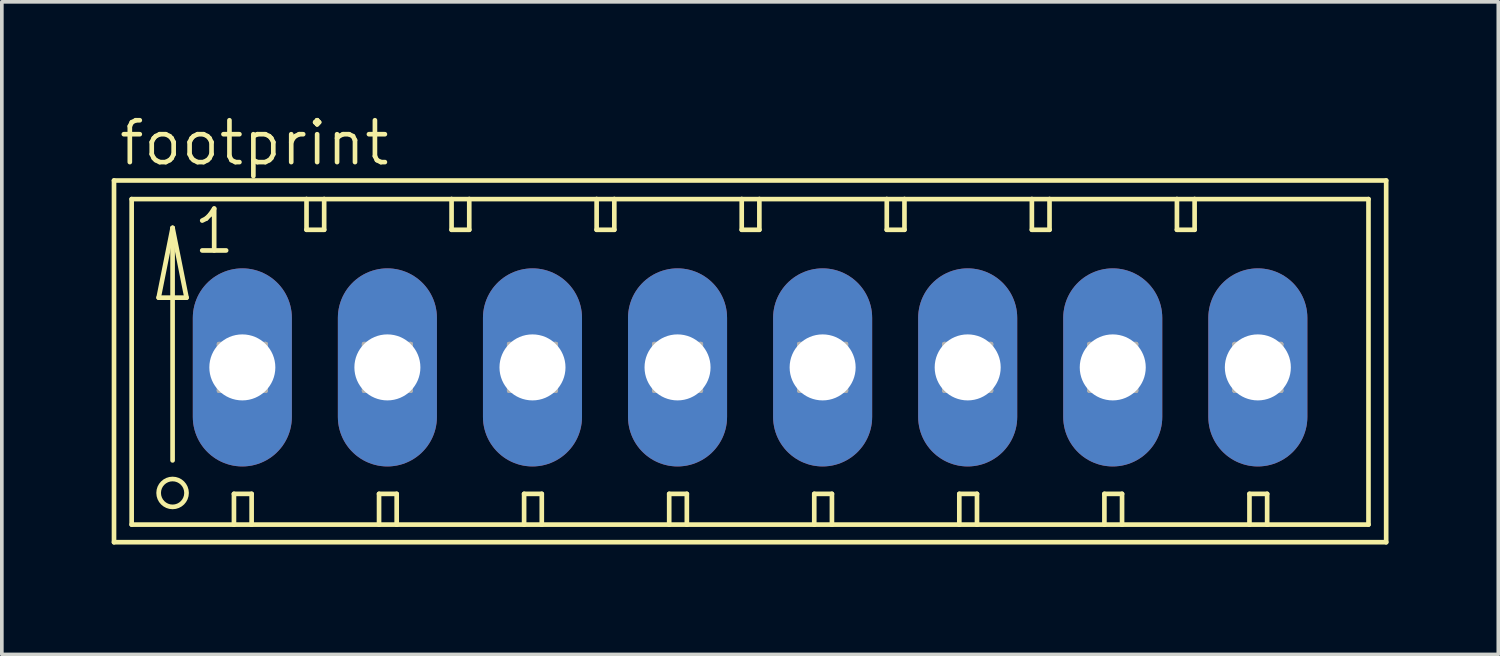
<source format=kicad_pcb>
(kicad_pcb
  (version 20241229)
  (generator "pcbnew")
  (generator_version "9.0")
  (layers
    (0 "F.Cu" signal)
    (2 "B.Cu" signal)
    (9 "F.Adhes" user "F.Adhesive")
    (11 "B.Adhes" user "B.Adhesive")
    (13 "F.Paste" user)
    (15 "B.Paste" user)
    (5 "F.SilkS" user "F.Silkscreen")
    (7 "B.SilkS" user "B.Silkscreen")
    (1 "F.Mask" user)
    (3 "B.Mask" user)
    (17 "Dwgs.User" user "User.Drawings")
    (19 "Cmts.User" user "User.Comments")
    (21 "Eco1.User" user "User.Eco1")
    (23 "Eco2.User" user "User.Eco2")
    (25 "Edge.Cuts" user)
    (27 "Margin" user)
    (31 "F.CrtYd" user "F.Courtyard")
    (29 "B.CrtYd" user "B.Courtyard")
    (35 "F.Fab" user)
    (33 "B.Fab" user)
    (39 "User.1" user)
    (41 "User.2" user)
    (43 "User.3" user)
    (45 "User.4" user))
  (footprint "footprint"
    (layer "F.Cu")
    (at 1.029 6.985)
    (property "Reference" "footprint" (at -0.889 -5.461 0) (layer "F.SilkS") (effects (font (size 1.143 1.143) (thickness 0.127)) (justify left bottom)))
    (fp_line (start -0.965 -5.105) (end -0.965 4.775) (stroke (width 0.127) (type solid)) (layer "F.SilkS"))
    (fp_line (start -0.965 4.775) (end 33.782 4.775) (stroke (width 0.127) (type solid)) (layer "F.SilkS"))
    (fp_line (start -0.483 -4.597) (end -0.483 4.293) (stroke (width 0.127) (type solid)) (layer "F.SilkS"))
    (fp_line (start -0.483 4.293) (end 2.311 4.293) (stroke (width 0.127) (type solid)) (layer "F.SilkS"))
    (fp_line (start 0.254 -1.905) (end 1.016 -1.905) (stroke (width 0.127) (type solid)) (layer "F.SilkS"))
    (fp_line (start 0.635 -3.81) (end 0.254 -1.905) (stroke (width 0.127) (type solid)) (layer "F.SilkS"))
    (fp_line (start 0.635 -3.81) (end 1.016 -1.905) (stroke (width 0.127) (type solid)) (layer "F.SilkS"))
    (fp_line (start 0.635 2.54) (end 0.635 -3.81) (stroke (width 0.127) (type solid)) (layer "F.SilkS"))
    (fp_line (start 2.311 3.454) (end 2.311 4.293) (stroke (width 0.127) (type solid)) (layer "F.SilkS"))
    (fp_line (start 2.311 3.454) (end 2.794 3.454) (stroke (width 0.127) (type solid)) (layer "F.SilkS"))
    (fp_line (start 2.311 4.293) (end 2.794 4.293) (stroke (width 0.127) (type solid)) (layer "F.SilkS"))
    (fp_line (start 2.794 3.454) (end 2.794 4.293) (stroke (width 0.127) (type solid)) (layer "F.SilkS"))
    (fp_line (start 2.794 4.293) (end 6.274 4.293) (stroke (width 0.127) (type solid)) (layer "F.SilkS"))
    (fp_line (start 4.293 -4.597) (end -0.483 -4.597) (stroke (width 0.127) (type solid)) (layer "F.SilkS"))
    (fp_line (start 4.293 -4.597) (end 4.293 -3.759) (stroke (width 0.127) (type solid)) (layer "F.SilkS"))
    (fp_line (start 4.293 -3.759) (end 4.775 -3.759) (stroke (width 0.127) (type solid)) (layer "F.SilkS"))
    (fp_line (start 4.775 -4.597) (end 4.293 -4.597) (stroke (width 0.127) (type solid)) (layer "F.SilkS"))
    (fp_line (start 4.775 -3.759) (end 4.775 -4.597) (stroke (width 0.127) (type solid)) (layer "F.SilkS"))
    (fp_line (start 6.274 3.454) (end 6.274 4.293) (stroke (width 0.127) (type solid)) (layer "F.SilkS"))
    (fp_line (start 6.274 3.454) (end 6.756 3.454) (stroke (width 0.127) (type solid)) (layer "F.SilkS"))
    (fp_line (start 6.274 4.293) (end 6.756 4.293) (stroke (width 0.127) (type solid)) (layer "F.SilkS"))
    (fp_line (start 6.756 3.454) (end 6.756 4.293) (stroke (width 0.127) (type solid)) (layer "F.SilkS"))
    (fp_line (start 6.756 4.293) (end 10.236 4.293) (stroke (width 0.127) (type solid)) (layer "F.SilkS"))
    (fp_line (start 8.255 -4.597) (end 4.775 -4.597) (stroke (width 0.127) (type solid)) (layer "F.SilkS"))
    (fp_line (start 8.255 -3.759) (end 8.255 -4.597) (stroke (width 0.127) (type solid)) (layer "F.SilkS"))
    (fp_line (start 8.255 -3.759) (end 8.738 -3.759) (stroke (width 0.127) (type solid)) (layer "F.SilkS"))
    (fp_line (start 8.738 -4.597) (end 8.255 -4.597) (stroke (width 0.127) (type solid)) (layer "F.SilkS"))
    (fp_line (start 8.738 -3.759) (end 8.738 -4.597) (stroke (width 0.127) (type solid)) (layer "F.SilkS"))
    (fp_line (start 10.236 3.454) (end 10.236 4.293) (stroke (width 0.127) (type solid)) (layer "F.SilkS"))
    (fp_line (start 10.236 3.454) (end 10.719 3.454) (stroke (width 0.127) (type solid)) (layer "F.SilkS"))
    (fp_line (start 10.236 4.293) (end 10.719 4.293) (stroke (width 0.127) (type solid)) (layer "F.SilkS"))
    (fp_line (start 10.719 3.454) (end 10.719 4.293) (stroke (width 0.127) (type solid)) (layer "F.SilkS"))
    (fp_line (start 10.719 4.293) (end 14.199 4.293) (stroke (width 0.127) (type solid)) (layer "F.SilkS"))
    (fp_line (start 12.217 -4.597) (end 8.738 -4.597) (stroke (width 0.127) (type solid)) (layer "F.SilkS"))
    (fp_line (start 12.217 -3.759) (end 12.217 -4.597) (stroke (width 0.127) (type solid)) (layer "F.SilkS"))
    (fp_line (start 12.217 -3.759) (end 12.7 -3.759) (stroke (width 0.127) (type solid)) (layer "F.SilkS"))
    (fp_line (start 12.7 -4.597) (end 12.217 -4.597) (stroke (width 0.127) (type solid)) (layer "F.SilkS"))
    (fp_line (start 12.7 -3.759) (end 12.7 -4.597) (stroke (width 0.127) (type solid)) (layer "F.SilkS"))
    (fp_line (start 14.199 3.454) (end 14.199 4.293) (stroke (width 0.127) (type solid)) (layer "F.SilkS"))
    (fp_line (start 14.199 3.454) (end 14.681 3.454) (stroke (width 0.127) (type solid)) (layer "F.SilkS"))
    (fp_line (start 14.199 4.293) (end 14.681 4.293) (stroke (width 0.127) (type solid)) (layer "F.SilkS"))
    (fp_line (start 14.681 3.454) (end 14.681 4.293) (stroke (width 0.127) (type solid)) (layer "F.SilkS"))
    (fp_line (start 14.681 4.293) (end 18.161 4.293) (stroke (width 0.127) (type solid)) (layer "F.SilkS"))
    (fp_line (start 16.18 -4.597) (end 12.7 -4.597) (stroke (width 0.127) (type solid)) (layer "F.SilkS"))
    (fp_line (start 16.18 -3.759) (end 16.18 -4.597) (stroke (width 0.127) (type solid)) (layer "F.SilkS"))
    (fp_line (start 16.18 -3.759) (end 16.662 -3.759) (stroke (width 0.127) (type solid)) (layer "F.SilkS"))
    (fp_line (start 16.662 -4.597) (end 16.18 -4.597) (stroke (width 0.127) (type solid)) (layer "F.SilkS"))
    (fp_line (start 16.662 -3.759) (end 16.662 -4.597) (stroke (width 0.127) (type solid)) (layer "F.SilkS"))
    (fp_line (start 18.161 3.454) (end 18.161 4.293) (stroke (width 0.127) (type solid)) (layer "F.SilkS"))
    (fp_line (start 18.161 3.454) (end 18.644 3.454) (stroke (width 0.127) (type solid)) (layer "F.SilkS"))
    (fp_line (start 18.161 4.293) (end 18.644 4.293) (stroke (width 0.127) (type solid)) (layer "F.SilkS"))
    (fp_line (start 18.644 3.454) (end 18.644 4.293) (stroke (width 0.127) (type solid)) (layer "F.SilkS"))
    (fp_line (start 18.644 4.293) (end 22.123 4.293) (stroke (width 0.127) (type solid)) (layer "F.SilkS"))
    (fp_line (start 20.142 -4.597) (end 16.662 -4.597) (stroke (width 0.127) (type solid)) (layer "F.SilkS"))
    (fp_line (start 20.142 -3.759) (end 20.142 -4.597) (stroke (width 0.127) (type solid)) (layer "F.SilkS"))
    (fp_line (start 20.142 -3.759) (end 20.625 -3.759) (stroke (width 0.127) (type solid)) (layer "F.SilkS"))
    (fp_line (start 20.625 -4.597) (end 20.142 -4.597) (stroke (width 0.127) (type solid)) (layer "F.SilkS"))
    (fp_line (start 20.625 -3.759) (end 20.625 -4.597) (stroke (width 0.127) (type solid)) (layer "F.SilkS"))
    (fp_line (start 22.123 3.454) (end 22.123 4.293) (stroke (width 0.127) (type solid)) (layer "F.SilkS"))
    (fp_line (start 22.123 3.454) (end 22.606 3.454) (stroke (width 0.127) (type solid)) (layer "F.SilkS"))
    (fp_line (start 22.123 4.293) (end 22.606 4.293) (stroke (width 0.127) (type solid)) (layer "F.SilkS"))
    (fp_line (start 22.606 3.454) (end 22.606 4.293) (stroke (width 0.127) (type solid)) (layer "F.SilkS"))
    (fp_line (start 22.606 4.293) (end 26.086 4.293) (stroke (width 0.127) (type solid)) (layer "F.SilkS"))
    (fp_line (start 24.105 -4.597) (end 20.625 -4.597) (stroke (width 0.127) (type solid)) (layer "F.SilkS"))
    (fp_line (start 24.105 -3.759) (end 24.105 -4.597) (stroke (width 0.127) (type solid)) (layer "F.SilkS"))
    (fp_line (start 24.105 -3.759) (end 24.587 -3.759) (stroke (width 0.127) (type solid)) (layer "F.SilkS"))
    (fp_line (start 24.587 -4.597) (end 24.105 -4.597) (stroke (width 0.127) (type solid)) (layer "F.SilkS"))
    (fp_line (start 24.587 -3.759) (end 24.587 -4.597) (stroke (width 0.127) (type solid)) (layer "F.SilkS"))
    (fp_line (start 26.086 3.454) (end 26.086 4.293) (stroke (width 0.127) (type solid)) (layer "F.SilkS"))
    (fp_line (start 26.086 3.454) (end 26.568 3.454) (stroke (width 0.127) (type solid)) (layer "F.SilkS"))
    (fp_line (start 26.086 4.293) (end 26.568 4.293) (stroke (width 0.127) (type solid)) (layer "F.SilkS"))
    (fp_line (start 26.568 3.454) (end 26.568 4.293) (stroke (width 0.127) (type solid)) (layer "F.SilkS"))
    (fp_line (start 26.568 4.293) (end 30.048 4.293) (stroke (width 0.127) (type solid)) (layer "F.SilkS"))
    (fp_line (start 28.067 -4.597) (end 24.587 -4.597) (stroke (width 0.127) (type solid)) (layer "F.SilkS"))
    (fp_line (start 28.067 -3.759) (end 28.067 -4.597) (stroke (width 0.127) (type solid)) (layer "F.SilkS"))
    (fp_line (start 28.067 -3.759) (end 28.55 -3.759) (stroke (width 0.127) (type solid)) (layer "F.SilkS"))
    (fp_line (start 28.55 -4.597) (end 28.067 -4.597) (stroke (width 0.127) (type solid)) (layer "F.SilkS"))
    (fp_line (start 28.55 -3.759) (end 28.55 -4.597) (stroke (width 0.127) (type solid)) (layer "F.SilkS"))
    (fp_line (start 30.048 3.454) (end 30.048 4.293) (stroke (width 0.127) (type solid)) (layer "F.SilkS"))
    (fp_line (start 30.048 3.454) (end 30.531 3.454) (stroke (width 0.127) (type solid)) (layer "F.SilkS"))
    (fp_line (start 30.048 4.293) (end 30.531 4.293) (stroke (width 0.127) (type solid)) (layer "F.SilkS"))
    (fp_line (start 30.531 3.454) (end 30.531 4.293) (stroke (width 0.127) (type solid)) (layer "F.SilkS"))
    (fp_line (start 30.531 4.293) (end 33.299 4.293) (stroke (width 0.127) (type solid)) (layer "F.SilkS"))
    (fp_line (start 33.299 -4.597) (end 28.55 -4.597) (stroke (width 0.127) (type solid)) (layer "F.SilkS"))
    (fp_line (start 33.299 4.293) (end 33.299 -4.597) (stroke (width 0.127) (type solid)) (layer "F.SilkS"))
    (fp_line (start 33.782 -5.105) (end -0.965 -5.105) (stroke (width 0.127) (type solid)) (layer "F.SilkS"))
    (fp_line (start 33.782 4.775) (end 33.782 -5.105) (stroke (width 0.127) (type solid)) (layer "F.SilkS"))
    (fp_circle (center 0.635 3.429) (end 1.016 3.429) (stroke (width 0.127) (type solid)) (fill no) (layer "F.SilkS"))
    (fp_line (start 1.905 -0.635) (end 1.905 0.635) (stroke (width 0.127) (type solid)) (layer "F.Fab"))
    (fp_line (start 1.905 -0.635) (end 3.175 0.635) (stroke (width 0.127) (type solid)) (layer "F.Fab"))
    (fp_line (start 1.905 0.635) (end 3.175 0.635) (stroke (width 0.127) (type solid)) (layer "F.Fab"))
    (fp_line (start 3.175 -0.635) (end 1.905 -0.635) (stroke (width 0.127) (type solid)) (layer "F.Fab"))
    (fp_line (start 3.175 -0.635) (end 1.905 0.635) (stroke (width 0.127) (type solid)) (layer "F.Fab"))
    (fp_line (start 3.175 0.635) (end 3.175 -0.635) (stroke (width 0.127) (type solid)) (layer "F.Fab"))
    (fp_line (start 5.867 -0.635) (end 5.867 0.635) (stroke (width 0.127) (type solid)) (layer "F.Fab"))
    (fp_line (start 5.867 -0.635) (end 7.137 0.635) (stroke (width 0.127) (type solid)) (layer "F.Fab"))
    (fp_line (start 5.867 0.635) (end 7.137 0.635) (stroke (width 0.127) (type solid)) (layer "F.Fab"))
    (fp_line (start 7.137 -0.635) (end 5.867 -0.635) (stroke (width 0.127) (type solid)) (layer "F.Fab"))
    (fp_line (start 7.137 -0.635) (end 5.867 0.635) (stroke (width 0.127) (type solid)) (layer "F.Fab"))
    (fp_line (start 7.137 0.635) (end 7.137 -0.635) (stroke (width 0.127) (type solid)) (layer "F.Fab"))
    (fp_line (start 9.83 -0.635) (end 9.83 0.635) (stroke (width 0.127) (type solid)) (layer "F.Fab"))
    (fp_line (start 9.83 -0.635) (end 11.1 0.635) (stroke (width 0.127) (type solid)) (layer "F.Fab"))
    (fp_line (start 9.83 0.635) (end 11.1 0.635) (stroke (width 0.127) (type solid)) (layer "F.Fab"))
    (fp_line (start 11.1 -0.635) (end 9.83 -0.635) (stroke (width 0.127) (type solid)) (layer "F.Fab"))
    (fp_line (start 11.1 -0.635) (end 9.83 0.635) (stroke (width 0.127) (type solid)) (layer "F.Fab"))
    (fp_line (start 11.1 0.635) (end 11.1 -0.635) (stroke (width 0.127) (type solid)) (layer "F.Fab"))
    (fp_line (start 13.792 -0.635) (end 13.792 0.635) (stroke (width 0.127) (type solid)) (layer "F.Fab"))
    (fp_line (start 13.792 -0.635) (end 15.062 0.635) (stroke (width 0.127) (type solid)) (layer "F.Fab"))
    (fp_line (start 13.792 0.635) (end 15.062 0.635) (stroke (width 0.127) (type solid)) (layer "F.Fab"))
    (fp_line (start 15.062 -0.635) (end 13.792 -0.635) (stroke (width 0.127) (type solid)) (layer "F.Fab"))
    (fp_line (start 15.062 -0.635) (end 13.792 0.635) (stroke (width 0.127) (type solid)) (layer "F.Fab"))
    (fp_line (start 15.062 0.635) (end 15.062 -0.635) (stroke (width 0.127) (type solid)) (layer "F.Fab"))
    (fp_line (start 17.755 -0.635) (end 17.755 0.635) (stroke (width 0.127) (type solid)) (layer "F.Fab"))
    (fp_line (start 17.755 -0.635) (end 19.025 0.635) (stroke (width 0.127) (type solid)) (layer "F.Fab"))
    (fp_line (start 17.755 0.635) (end 19.025 0.635) (stroke (width 0.127) (type solid)) (layer "F.Fab"))
    (fp_line (start 19.025 -0.635) (end 17.755 -0.635) (stroke (width 0.127) (type solid)) (layer "F.Fab"))
    (fp_line (start 19.025 -0.635) (end 17.755 0.635) (stroke (width 0.127) (type solid)) (layer "F.Fab"))
    (fp_line (start 19.025 0.635) (end 19.025 -0.635) (stroke (width 0.127) (type solid)) (layer "F.Fab"))
    (fp_line (start 21.717 -0.635) (end 21.717 0.635) (stroke (width 0.127) (type solid)) (layer "F.Fab"))
    (fp_line (start 21.717 -0.635) (end 22.987 0.635) (stroke (width 0.127) (type solid)) (layer "F.Fab"))
    (fp_line (start 21.717 0.635) (end 22.987 0.635) (stroke (width 0.127) (type solid)) (layer "F.Fab"))
    (fp_line (start 22.987 -0.635) (end 21.717 -0.635) (stroke (width 0.127) (type solid)) (layer "F.Fab"))
    (fp_line (start 22.987 -0.635) (end 21.717 0.635) (stroke (width 0.127) (type solid)) (layer "F.Fab"))
    (fp_line (start 22.987 0.635) (end 22.987 -0.635) (stroke (width 0.127) (type solid)) (layer "F.Fab"))
    (fp_line (start 25.679 -0.635) (end 25.679 0.635) (stroke (width 0.127) (type solid)) (layer "F.Fab"))
    (fp_line (start 25.679 -0.635) (end 26.949 0.635) (stroke (width 0.127) (type solid)) (layer "F.Fab"))
    (fp_line (start 25.679 0.635) (end 26.949 0.635) (stroke (width 0.127) (type solid)) (layer "F.Fab"))
    (fp_line (start 26.949 -0.635) (end 25.679 -0.635) (stroke (width 0.127) (type solid)) (layer "F.Fab"))
    (fp_line (start 26.949 -0.635) (end 25.679 0.635) (stroke (width 0.127) (type solid)) (layer "F.Fab"))
    (fp_line (start 26.949 0.635) (end 26.949 -0.635) (stroke (width 0.127) (type solid)) (layer "F.Fab"))
    (fp_line (start 29.642 -0.635) (end 29.642 0.635) (stroke (width 0.127) (type solid)) (layer "F.Fab"))
    (fp_line (start 29.642 -0.635) (end 30.912 0.635) (stroke (width 0.127) (type solid)) (layer "F.Fab"))
    (fp_line (start 29.642 0.635) (end 30.912 0.635) (stroke (width 0.127) (type solid)) (layer "F.Fab"))
    (fp_line (start 30.912 -0.635) (end 29.642 -0.635) (stroke (width 0.127) (type solid)) (layer "F.Fab"))
    (fp_line (start 30.912 -0.635) (end 29.642 0.635) (stroke (width 0.127) (type solid)) (layer "F.Fab"))
    (fp_line (start 30.912 0.635) (end 30.912 -0.635) (stroke (width 0.127) (type solid)) (layer "F.Fab"))
    (fp_text user "1" (at 1.143 -3.048 0) (layer "F.SilkS") (effects (font (size 1.143 1.143) (thickness 0.127)) (justify left bottom)))
    (pad "1" thru_hole oval (at 2.54 0 90) (size 5.41 2.705) (drill 1.803) (layers "*.Cu" "*.Mask"))
    (pad "2" thru_hole oval (at 6.502 0 90) (size 5.41 2.705) (drill 1.803) (layers "*.Cu" "*.Mask"))
    (pad "3" thru_hole oval (at 10.465 0 90) (size 5.41 2.705) (drill 1.803) (layers "*.Cu" "*.Mask"))
    (pad "4" thru_hole oval (at 14.427 0 90) (size 5.41 2.705) (drill 1.803) (layers "*.Cu" "*.Mask"))
    (pad "5" thru_hole oval (at 18.39 0 90) (size 5.41 2.705) (drill 1.803) (layers "*.Cu" "*.Mask"))
    (pad "6" thru_hole oval (at 22.352 0 90) (size 5.41 2.705) (drill 1.803) (layers "*.Cu" "*.Mask"))
    (pad "7" thru_hole oval (at 26.314 0 90) (size 5.41 2.705) (drill 1.803) (layers "*.Cu" "*.Mask"))
    (pad "8" thru_hole oval (at 30.277 0 90) (size 5.41 2.705) (drill 1.803) (layers "*.Cu" "*.Mask")))
  (gr_rect
    (start -3 -3)
    (end 37.874 14.824)
    (stroke (width 0.1) (type default))
    (fill no)
    (layer "Edge.Cuts")))
</source>
